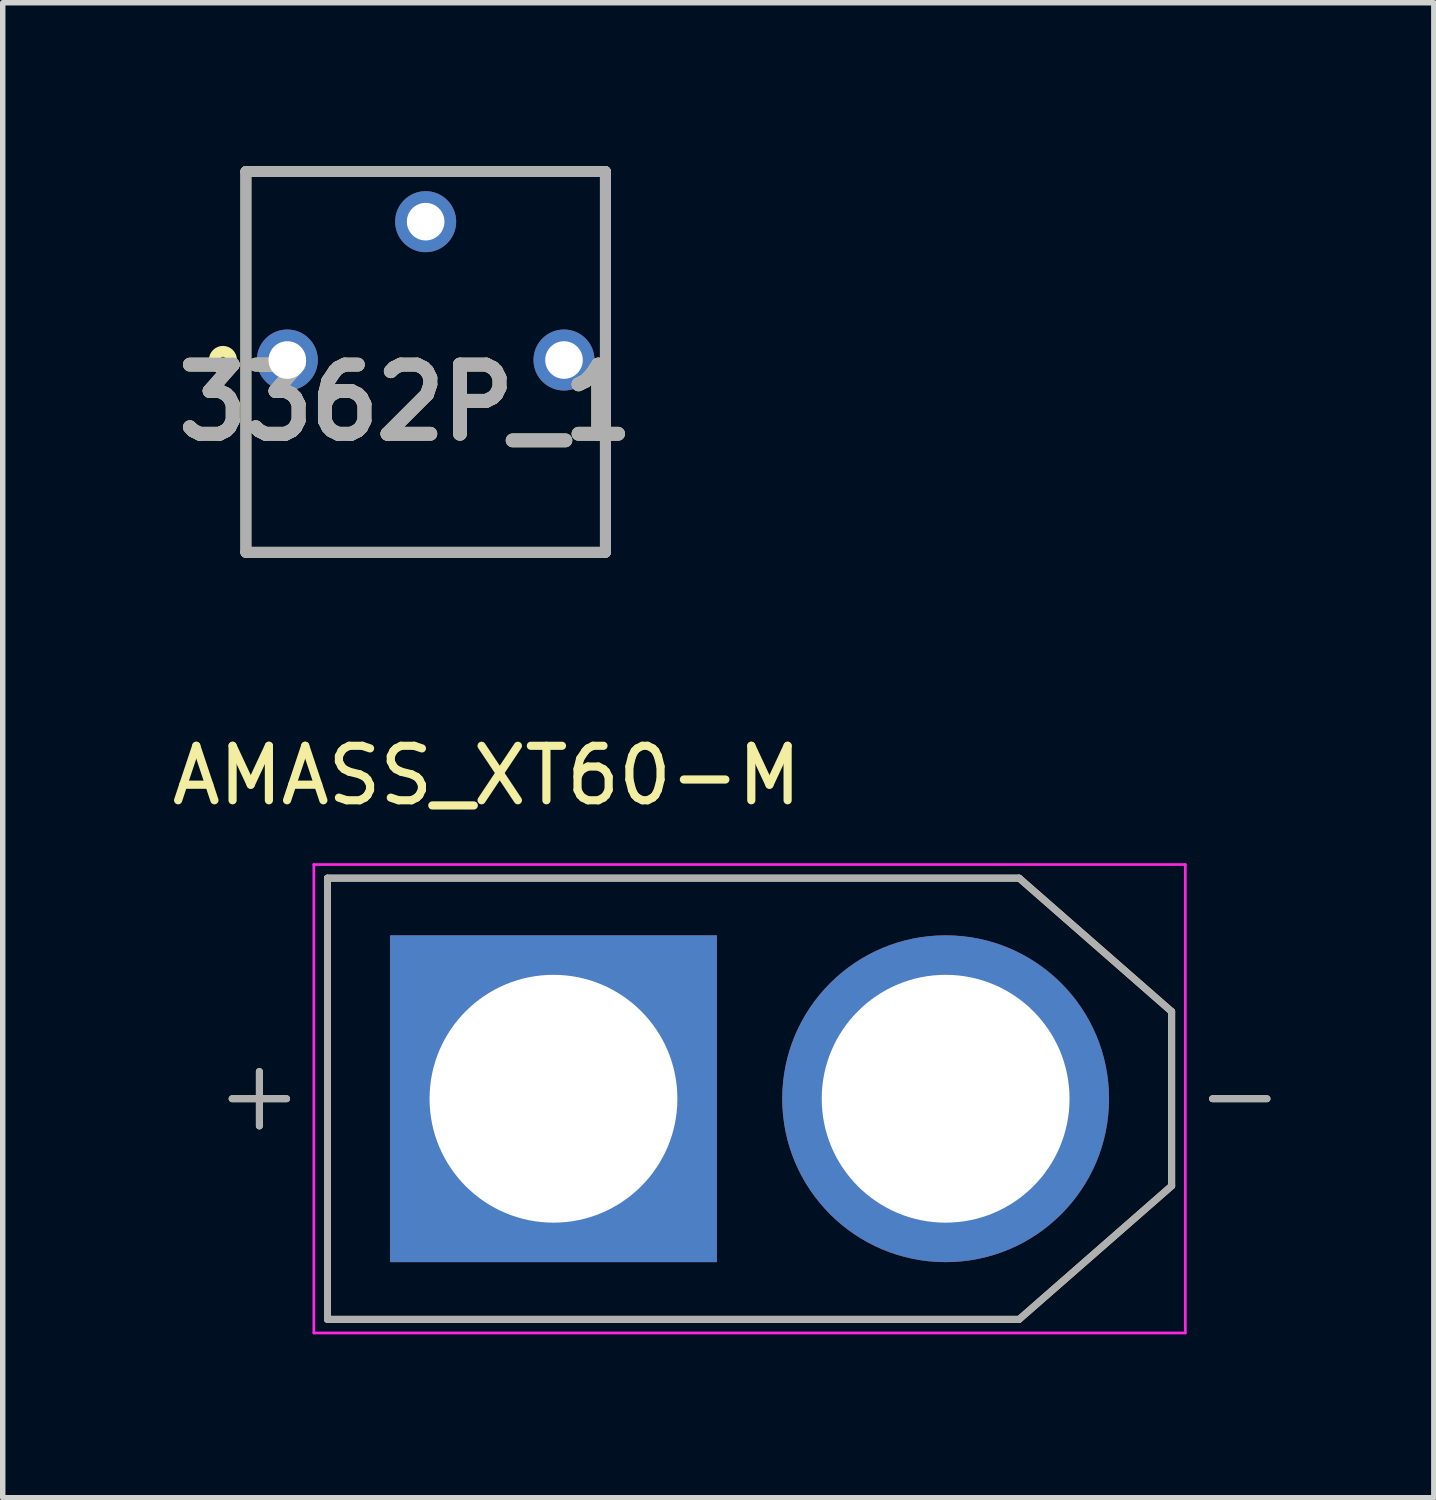
<source format=kicad_pcb>
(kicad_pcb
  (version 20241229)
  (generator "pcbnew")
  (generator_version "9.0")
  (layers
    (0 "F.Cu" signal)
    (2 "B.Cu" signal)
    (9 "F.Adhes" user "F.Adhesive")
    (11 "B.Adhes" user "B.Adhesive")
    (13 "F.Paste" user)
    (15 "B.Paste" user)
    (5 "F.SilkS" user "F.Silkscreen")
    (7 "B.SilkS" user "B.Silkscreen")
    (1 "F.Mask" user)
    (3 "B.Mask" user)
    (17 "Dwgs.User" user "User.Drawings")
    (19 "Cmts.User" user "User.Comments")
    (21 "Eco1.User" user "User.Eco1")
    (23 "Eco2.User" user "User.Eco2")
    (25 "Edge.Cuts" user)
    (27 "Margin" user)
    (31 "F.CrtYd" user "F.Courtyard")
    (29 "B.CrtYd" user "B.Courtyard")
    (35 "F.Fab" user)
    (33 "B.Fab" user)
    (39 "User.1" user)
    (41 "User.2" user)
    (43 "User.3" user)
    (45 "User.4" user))
  (footprint "3362P_1"
    (layer "F.Cu")
    (at 4.765 7.09)
    (property "Reference" "3362P_1" (at -0.368 -2.75 0) (layer "F.SilkS") (effects (font (size 1.27 1.27) (thickness 0.254))))
    (attr through_hole)
    (fp_line (start -3.3 -6.99) (end -3.3 0) (stroke (width 0.2) (type solid)) (layer "F.SilkS"))
    (fp_line (start -3.3 0) (end 3.3 0) (stroke (width 0.2) (type solid)) (layer "F.SilkS"))
    (fp_line (start 3.3 -6.99) (end -3.3 -6.99) (stroke (width 0.2) (type solid)) (layer "F.SilkS"))
    (fp_line (start 3.3 0) (end 3.3 -6.99) (stroke (width 0.2) (type solid)) (layer "F.SilkS"))
    (fp_circle (center -3.722 -3.532) (end -3.722 -3.475) (stroke (width 0.2) (type solid)) (fill no) (layer "F.SilkS"))
    (fp_line (start -3.3 -6.99) (end 3.3 -6.99) (stroke (width 0.2) (type solid)) (layer "F.Fab"))
    (fp_line (start -3.3 0) (end -3.3 -6.99) (stroke (width 0.2) (type solid)) (layer "F.Fab"))
    (fp_line (start 3.3 -6.99) (end 3.3 0) (stroke (width 0.2) (type solid)) (layer "F.Fab"))
    (fp_line (start 3.3 0) (end -3.3 0) (stroke (width 0.2) (type solid)) (layer "F.Fab"))
    (fp_text user "${REFERENCE}" (at -0.368 -2.75 0) (layer "F.Fab") (effects (font (size 1.27 1.27) (thickness 0.254))))
    (pad "1" thru_hole circle (at -2.54 -3.53) (size 1.12 1.12) (drill 0.69) (layers "*.Cu" "*.Mask"))
    (pad "2" thru_hole circle (at 0 -6.07) (size 1.12 1.12) (drill 0.69) (layers "*.Cu" "*.Mask"))
    (pad "3" thru_hole circle (at 2.54 -3.53) (size 1.12 1.12) (drill 0.69) (layers "*.Cu" "*.Mask")))
  (footprint "AMASS_XT60-M"
    (layer "F.Cu")
    (at 10.712 17.123)
    (property "Reference" "AMASS_XT60-M" (at -4.825 -5.935 0) (layer "F.SilkS") (effects (font (size 1 1) (thickness 0.15))))
    (attr through_hole)
    (fp_line (start -9.5 0) (end -8.5 0) (stroke (width 0.127) (type solid)) (layer "F.SilkS"))
    (fp_line (start -9 -0.5) (end -9 0.5) (stroke (width 0.127) (type solid)) (layer "F.SilkS"))
    (fp_line (start -7.75 -4.05) (end 4.95 -4.05) (stroke (width 0.127) (type solid)) (layer "F.SilkS"))
    (fp_line (start -7.75 4.05) (end -7.75 -4.05) (stroke (width 0.127) (type solid)) (layer "F.SilkS"))
    (fp_line (start 4.95 -4.05) (end 7.75 -1.6) (stroke (width 0.127) (type solid)) (layer "F.SilkS"))
    (fp_line (start 4.95 4.05) (end -7.75 4.05) (stroke (width 0.127) (type solid)) (layer "F.SilkS"))
    (fp_line (start 7.75 -1.6) (end 7.75 1.6) (stroke (width 0.127) (type solid)) (layer "F.SilkS"))
    (fp_line (start 7.75 1.6) (end 4.95 4.05) (stroke (width 0.127) (type solid)) (layer "F.SilkS"))
    (fp_line (start 8.5 0) (end 9.5 0) (stroke (width 0.127) (type solid)) (layer "F.SilkS"))
    (fp_line (start -8 -4.3) (end -8 4.3) (stroke (width 0.05) (type solid)) (layer "F.CrtYd"))
    (fp_line (start -8 4.3) (end 8 4.3) (stroke (width 0.05) (type solid)) (layer "F.CrtYd"))
    (fp_line (start 8 -4.3) (end -8 -4.3) (stroke (width 0.05) (type solid)) (layer "F.CrtYd"))
    (fp_line (start 8 4.3) (end 8 -4.3) (stroke (width 0.05) (type solid)) (layer "F.CrtYd"))
    (fp_line (start -9.5 0) (end -8.5 0) (stroke (width 0.127) (type solid)) (layer "F.Fab"))
    (fp_line (start -9 -0.5) (end -9 0.5) (stroke (width 0.127) (type solid)) (layer "F.Fab"))
    (fp_line (start -7.75 -4.05) (end 4.95 -4.05) (stroke (width 0.127) (type solid)) (layer "F.Fab"))
    (fp_line (start -7.75 4.05) (end -7.75 -4.05) (stroke (width 0.127) (type solid)) (layer "F.Fab"))
    (fp_line (start 4.95 -4.05) (end 7.75 -1.6) (stroke (width 0.127) (type solid)) (layer "F.Fab"))
    (fp_line (start 4.95 4.05) (end -7.75 4.05) (stroke (width 0.127) (type solid)) (layer "F.Fab"))
    (fp_line (start 7.75 -1.6) (end 7.75 1.6) (stroke (width 0.127) (type solid)) (layer "F.Fab"))
    (fp_line (start 7.75 1.6) (end 4.95 4.05) (stroke (width 0.127) (type solid)) (layer "F.Fab"))
    (fp_line (start 8.5 0) (end 9.5 0) (stroke (width 0.127) (type solid)) (layer "F.Fab"))
    (pad "N" thru_hole circle (at 3.6 0) (size 6 6) (drill 4.55) (layers "*.Cu" "*.Mask"))
    (pad "P" thru_hole rect (at -3.6 0) (size 6 6) (drill 4.55) (layers "*.Cu" "*.Mask")))
  (gr_rect
    (start -3 -3)
    (end 23.275 24.448)
    (stroke (width 0.1) (type default))
    (fill no)
    (layer "Edge.Cuts")))
</source>
